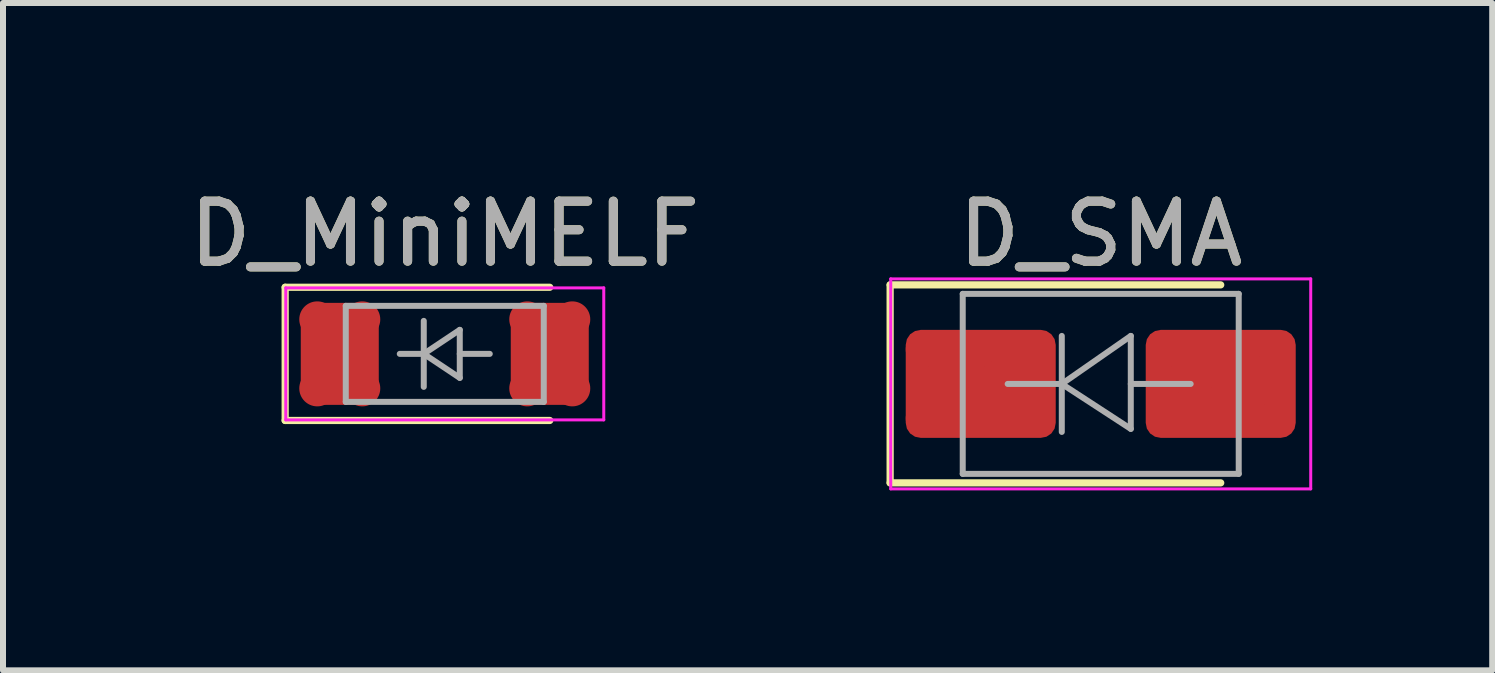
<source format=kicad_pcb>
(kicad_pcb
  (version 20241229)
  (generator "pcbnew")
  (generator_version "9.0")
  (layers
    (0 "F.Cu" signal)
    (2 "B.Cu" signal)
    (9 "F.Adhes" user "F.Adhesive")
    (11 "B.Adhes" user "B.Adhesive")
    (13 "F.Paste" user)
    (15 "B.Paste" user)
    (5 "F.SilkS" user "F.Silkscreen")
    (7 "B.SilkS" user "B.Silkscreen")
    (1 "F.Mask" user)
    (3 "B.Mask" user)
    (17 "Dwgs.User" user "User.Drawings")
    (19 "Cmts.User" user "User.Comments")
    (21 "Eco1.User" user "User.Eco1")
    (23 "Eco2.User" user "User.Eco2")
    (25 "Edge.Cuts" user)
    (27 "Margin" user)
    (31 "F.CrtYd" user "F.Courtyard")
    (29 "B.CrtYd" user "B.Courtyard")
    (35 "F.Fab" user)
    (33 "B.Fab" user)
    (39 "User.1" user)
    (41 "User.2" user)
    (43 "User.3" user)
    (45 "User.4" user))
  (footprint "D_MiniMELF"
    (layer "F.Cu")
    (at 4.363 2.848)
    (property "Reference" "D_MiniMELF" (at 0 -2 0) (layer "F.SilkS") (effects (font (size 1 1) (thickness 0.15))))
    (attr smd)
    (fp_line (start -2.66 -1.11) (end -2.66 1.11) (stroke (width 0.12) (type solid)) (layer "F.SilkS"))
    (fp_line (start -2.66 1.11) (end 1.75 1.11) (stroke (width 0.12) (type solid)) (layer "F.SilkS"))
    (fp_line (start 1.75 -1.11) (end -2.66 -1.11) (stroke (width 0.12) (type solid)) (layer "F.SilkS"))
    (fp_line (start -2.65 -1.1) (end 2.65 -1.1) (stroke (width 0.05) (type solid)) (layer "F.CrtYd"))
    (fp_line (start -2.65 1.1) (end -2.65 -1.1) (stroke (width 0.05) (type solid)) (layer "F.CrtYd"))
    (fp_line (start 2.65 -1.1) (end 2.65 1.1) (stroke (width 0.05) (type solid)) (layer "F.CrtYd"))
    (fp_line (start 2.65 1.1) (end -2.65 1.1) (stroke (width 0.05) (type solid)) (layer "F.CrtYd"))
    (fp_line (start -1.65 -0.8) (end 1.65 -0.8) (stroke (width 0.1) (type solid)) (layer "F.Fab"))
    (fp_line (start -1.65 0.8) (end -1.65 -0.8) (stroke (width 0.1) (type solid)) (layer "F.Fab"))
    (fp_line (start -0.75 0) (end -0.35 0) (stroke (width 0.1) (type solid)) (layer "F.Fab"))
    (fp_line (start -0.35 0) (end -0.35 -0.55) (stroke (width 0.1) (type solid)) (layer "F.Fab"))
    (fp_line (start -0.35 0) (end -0.35 0.55) (stroke (width 0.1) (type solid)) (layer "F.Fab"))
    (fp_line (start -0.35 0) (end 0.25 -0.4) (stroke (width 0.1) (type solid)) (layer "F.Fab"))
    (fp_line (start 0.25 -0.4) (end 0.25 0.4) (stroke (width 0.1) (type solid)) (layer "F.Fab"))
    (fp_line (start 0.25 0) (end 0.75 0) (stroke (width 0.1) (type solid)) (layer "F.Fab"))
    (fp_line (start 0.25 0.4) (end -0.35 0) (stroke (width 0.1) (type solid)) (layer "F.Fab"))
    (fp_line (start 1.65 -0.8) (end 1.65 0.8) (stroke (width 0.1) (type solid)) (layer "F.Fab"))
    (fp_line (start 1.65 0.8) (end -1.65 0.8) (stroke (width 0.1) (type solid)) (layer "F.Fab"))
    (fp_text user "${REFERENCE}" (at 0 -2 0) (layer "F.Fab") (effects (font (size 1 1) (thickness 0.15))))
    (pad "1" smd roundrect (at -1.75 0) (size 1.3 1.7) (layers "F.Cu" "F.Mask" "F.Paste") (roundrect_rratio 0.192))
    (pad "2" smd roundrect (at 1.75 0) (size 1.3 1.7) (layers "F.Cu" "F.Mask" "F.Paste") (roundrect_rratio 0.192))
    (pad "N" smd circle (at -2.125 -0.575) (size 0.6 0.6) (layers "F.Cu" "Eco2.User"))
    (pad "N" smd circle (at -2.125 0.575) (size 0.6 0.6) (layers "F.Cu" "Eco2.User"))
    (pad "N" smd circle (at -1.75 0) (size 0.6 0.6) (layers "F.Cu" "Eco2.User"))
    (pad "N" smd circle (at -1.375 -0.575) (size 0.6 0.6) (layers "F.Cu" "Eco2.User"))
    (pad "N" smd circle (at -1.375 0.575) (size 0.6 0.6) (layers "F.Cu" "Eco2.User"))
    (pad "N" smd circle (at 1.375 -0.575) (size 0.6 0.6) (layers "F.Cu" "Eco2.User"))
    (pad "N" smd circle (at 1.375 0.575) (size 0.6 0.6) (layers "F.Cu" "Eco2.User"))
    (pad "N" smd circle (at 1.75 0) (size 0.6 0.6) (layers "F.Cu" "Eco2.User"))
    (pad "N" smd circle (at 2.125 -0.575) (size 0.6 0.6) (layers "F.Cu" "Eco2.User"))
    (pad "N" smd circle (at 2.125 0.575) (size 0.6 0.6) (layers "F.Cu" "Eco2.User")))
  (footprint "D_SMA"
    (layer "F.Cu")
    (at 15.296 3.348)
    (property "Reference" "D_SMA" (at 0 -2.5 0) (layer "F.SilkS") (effects (font (size 1 1) (thickness 0.15))))
    (attr smd)
    (fp_line (start -3.51 -1.65) (end -3.51 1.65) (stroke (width 0.12) (type solid)) (layer "F.SilkS"))
    (fp_line (start -3.51 -1.65) (end 2 -1.65) (stroke (width 0.12) (type solid)) (layer "F.SilkS"))
    (fp_line (start -3.51 1.65) (end 2 1.65) (stroke (width 0.12) (type solid)) (layer "F.SilkS"))
    (fp_line (start -3.5 -1.75) (end 3.5 -1.75) (stroke (width 0.05) (type solid)) (layer "F.CrtYd"))
    (fp_line (start -3.5 1.75) (end -3.5 -1.75) (stroke (width 0.05) (type solid)) (layer "F.CrtYd"))
    (fp_line (start 3.5 -1.75) (end 3.5 1.75) (stroke (width 0.05) (type solid)) (layer "F.CrtYd"))
    (fp_line (start 3.5 1.75) (end -3.5 1.75) (stroke (width 0.05) (type solid)) (layer "F.CrtYd"))
    (fp_line (start -2.3 1.5) (end -2.3 -1.5) (stroke (width 0.1) (type solid)) (layer "F.Fab"))
    (fp_line (start -0.649 -0.799) (end -0.649 0.801) (stroke (width 0.1) (type solid)) (layer "F.Fab"))
    (fp_line (start -0.649 0.001) (end -1.551 0.001) (stroke (width 0.1) (type solid)) (layer "F.Fab"))
    (fp_line (start -0.649 0.001) (end 0.501 -0.799) (stroke (width 0.1) (type solid)) (layer "F.Fab"))
    (fp_line (start -0.649 0.001) (end 0.501 0.75) (stroke (width 0.1) (type solid)) (layer "F.Fab"))
    (fp_line (start 0.501 0.001) (end 1.499 0.001) (stroke (width 0.1) (type solid)) (layer "F.Fab"))
    (fp_line (start 0.501 0.75) (end 0.501 -0.799) (stroke (width 0.1) (type solid)) (layer "F.Fab"))
    (fp_line (start 2.3 -1.5) (end -2.3 -1.5) (stroke (width 0.1) (type solid)) (layer "F.Fab"))
    (fp_line (start 2.3 -1.5) (end 2.3 1.5) (stroke (width 0.1) (type solid)) (layer "F.Fab"))
    (fp_line (start 2.3 1.5) (end -2.3 1.5) (stroke (width 0.1) (type solid)) (layer "F.Fab"))
    (fp_text user "${REFERENCE}" (at 0 -2.5 0) (layer "F.Fab") (effects (font (size 1 1) (thickness 0.15))))
    (pad "1" smd roundrect (at -2 0) (size 2.5 1.8) (layers "F.Cu" "F.Mask" "F.Paste") (roundrect_rratio 0.139))
    (pad "2" smd roundrect (at 2 0) (size 2.5 1.8) (layers "F.Cu" "F.Mask" "F.Paste") (roundrect_rratio 0.139))
    (pad "N" smd circle (at -2.95 -0.575) (size 0.6 0.6) (layers "F.Cu" "Eco2.User"))
    (pad "N" smd circle (at -2.95 0.575) (size 0.6 0.6) (layers "F.Cu" "Eco2.User"))
    (pad "N" smd circle (at -2.494 0) (size 0.6 0.6) (layers "F.Cu" "Eco2.User"))
    (pad "N" smd circle (at -2.038 -0.575) (size 0.6 0.6) (layers "F.Cu" "Eco2.User"))
    (pad "N" smd circle (at -2.038 0.575) (size 0.6 0.6) (layers "F.Cu" "Eco2.User"))
    (pad "N" smd circle (at -1.581 0) (size 0.6 0.6) (layers "F.Cu" "Eco2.User"))
    (pad "N" smd circle (at -1.125 -0.575) (size 0.6 0.6) (layers "F.Cu" "Eco2.User"))
    (pad "N" smd circle (at -1.125 0.575) (size 0.6 0.6) (layers "F.Cu" "Eco2.User"))
    (pad "N" smd circle (at 1.1 -0.575) (size 0.6 0.6) (layers "F.Cu" "Eco2.User"))
    (pad "N" smd circle (at 1.1 0.575) (size 0.6 0.6) (layers "F.Cu" "Eco2.User"))
    (pad "N" smd circle (at 1.556 0) (size 0.6 0.6) (layers "F.Cu" "Eco2.User"))
    (pad "N" smd circle (at 2.013 -0.575) (size 0.6 0.6) (layers "F.Cu" "Eco2.User"))
    (pad "N" smd circle (at 2.013 0.575) (size 0.6 0.6) (layers "F.Cu" "Eco2.User"))
    (pad "N" smd circle (at 2.469 0) (size 0.6 0.6) (layers "F.Cu" "Eco2.User"))
    (pad "N" smd circle (at 2.925 -0.575) (size 0.6 0.6) (layers "F.Cu" "Eco2.User"))
    (pad "N" smd circle (at 2.925 0.575) (size 0.6 0.6) (layers "F.Cu" "Eco2.User")))
  (gr_rect
    (start -3 -3)
    (end 21.821 8.123)
    (stroke (width 0.1) (type default))
    (fill no)
    (layer "Edge.Cuts")))
</source>
